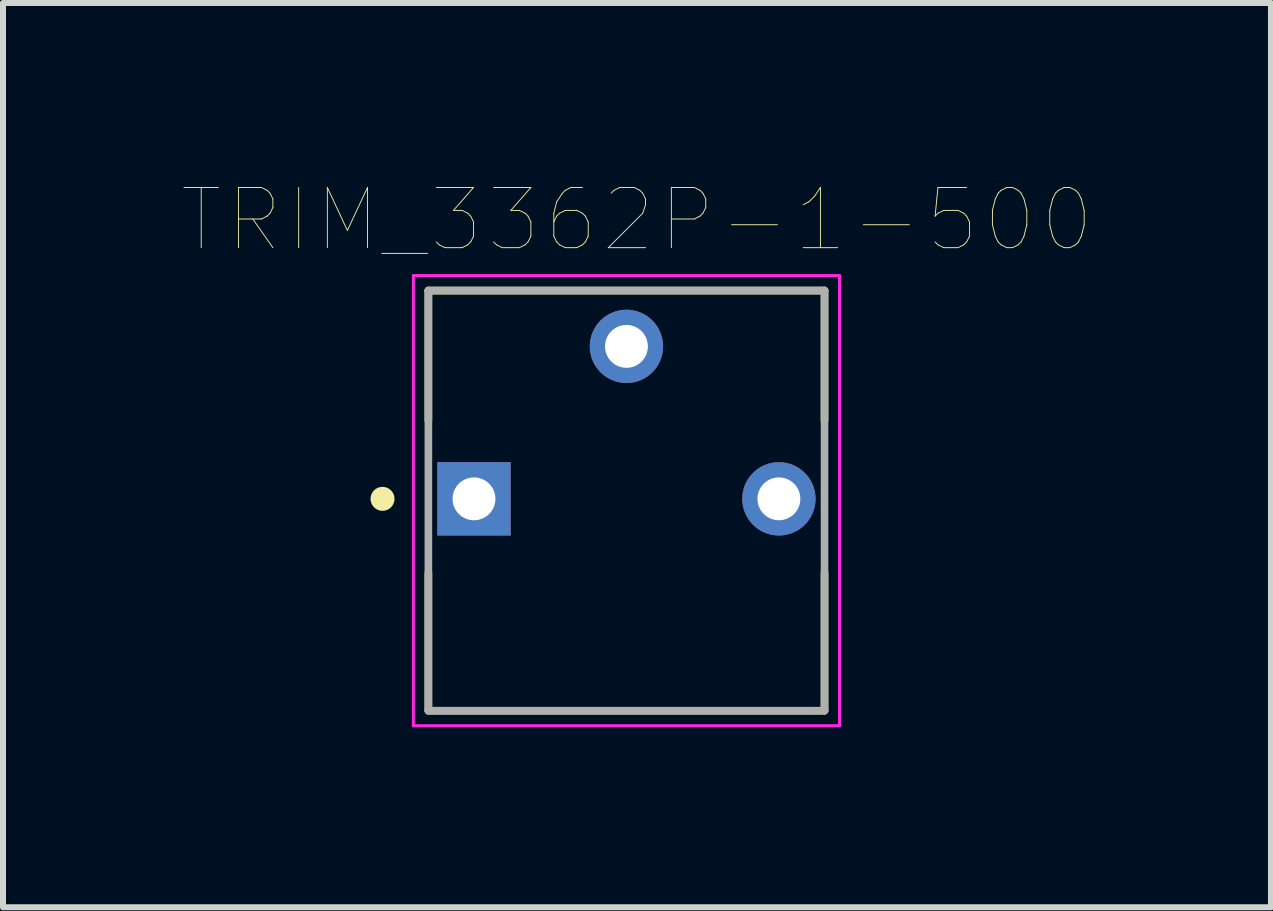
<source format=kicad_pcb>
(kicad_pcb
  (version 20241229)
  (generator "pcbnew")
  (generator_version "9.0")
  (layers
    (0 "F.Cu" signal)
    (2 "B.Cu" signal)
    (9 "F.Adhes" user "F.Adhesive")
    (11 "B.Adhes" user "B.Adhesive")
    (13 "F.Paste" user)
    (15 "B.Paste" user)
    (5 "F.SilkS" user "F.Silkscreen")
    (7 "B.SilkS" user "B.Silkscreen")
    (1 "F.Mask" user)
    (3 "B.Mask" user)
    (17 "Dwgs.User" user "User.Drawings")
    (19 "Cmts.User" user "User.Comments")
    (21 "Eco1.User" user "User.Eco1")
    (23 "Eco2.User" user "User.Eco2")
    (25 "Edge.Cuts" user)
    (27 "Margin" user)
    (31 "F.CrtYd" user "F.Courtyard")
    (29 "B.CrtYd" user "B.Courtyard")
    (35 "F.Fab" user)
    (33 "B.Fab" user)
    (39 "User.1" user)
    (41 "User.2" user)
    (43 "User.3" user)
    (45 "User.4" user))
  (footprint "TRIM_3362P-1-500"
    (layer "F.Cu")
    (at 7.387 5.261)
    (property "Reference" "TRIM_3362P-1-500" (at 0.175 -4.648 0) (layer "F.SilkS") (effects (font (size 1.003 1.003) (thickness 0.015))))
    (attr through_hole)
    (fp_line (start -3.3 -3.47) (end 3.3 -3.47) (stroke (width 0.127) (type solid)) (layer "F.SilkS"))
    (fp_line (start -3.3 -1.305) (end -3.3 -3.47) (stroke (width 0.127) (type solid)) (layer "F.SilkS"))
    (fp_line (start -3.3 3.52) (end -3.3 1.235) (stroke (width 0.127) (type solid)) (layer "F.SilkS"))
    (fp_line (start 3.3 -3.47) (end 3.3 -1.305) (stroke (width 0.127) (type solid)) (layer "F.SilkS"))
    (fp_line (start 3.3 1.235) (end 3.3 3.52) (stroke (width 0.127) (type solid)) (layer "F.SilkS"))
    (fp_line (start 3.3 3.53) (end -3.3 3.53) (stroke (width 0.127) (type solid)) (layer "F.SilkS"))
    (fp_circle (center -4.064 0) (end -3.964 0) (stroke (width 0.2) (type solid)) (fill no) (layer "F.SilkS"))
    (fp_line (start -3.55 -3.72) (end 3.55 -3.72) (stroke (width 0.05) (type solid)) (layer "F.CrtYd"))
    (fp_line (start -3.55 3.78) (end -3.55 -3.72) (stroke (width 0.05) (type solid)) (layer "F.CrtYd"))
    (fp_line (start 3.55 -3.72) (end 3.55 3.78) (stroke (width 0.05) (type solid)) (layer "F.CrtYd"))
    (fp_line (start 3.55 3.78) (end -3.55 3.78) (stroke (width 0.05) (type solid)) (layer "F.CrtYd"))
    (fp_line (start -3.3 -3.47) (end 3.3 -3.47) (stroke (width 0.127) (type solid)) (layer "F.Fab"))
    (fp_line (start -3.3 3.53) (end -3.3 -3.47) (stroke (width 0.127) (type solid)) (layer "F.Fab"))
    (fp_line (start 3.3 -3.47) (end 3.3 3.53) (stroke (width 0.127) (type solid)) (layer "F.Fab"))
    (fp_line (start 3.3 3.53) (end -3.3 3.53) (stroke (width 0.127) (type solid)) (layer "F.Fab"))
    (pad "1" thru_hole rect (at -2.54 0) (size 1.222 1.222) (drill 0.714) (layers "*.Cu" "*.Mask"))
    (pad "2" thru_hole circle (at 0 -2.54) (size 1.222 1.222) (drill 0.714) (layers "*.Cu" "*.Mask"))
    (pad "3" thru_hole circle (at 2.54 0) (size 1.222 1.222) (drill 0.714) (layers "*.Cu" "*.Mask")))
  (gr_rect
    (start -3 -3)
    (end 18.125 12.066)
    (stroke (width 0.1) (type default))
    (fill no)
    (layer "Edge.Cuts")))
</source>
